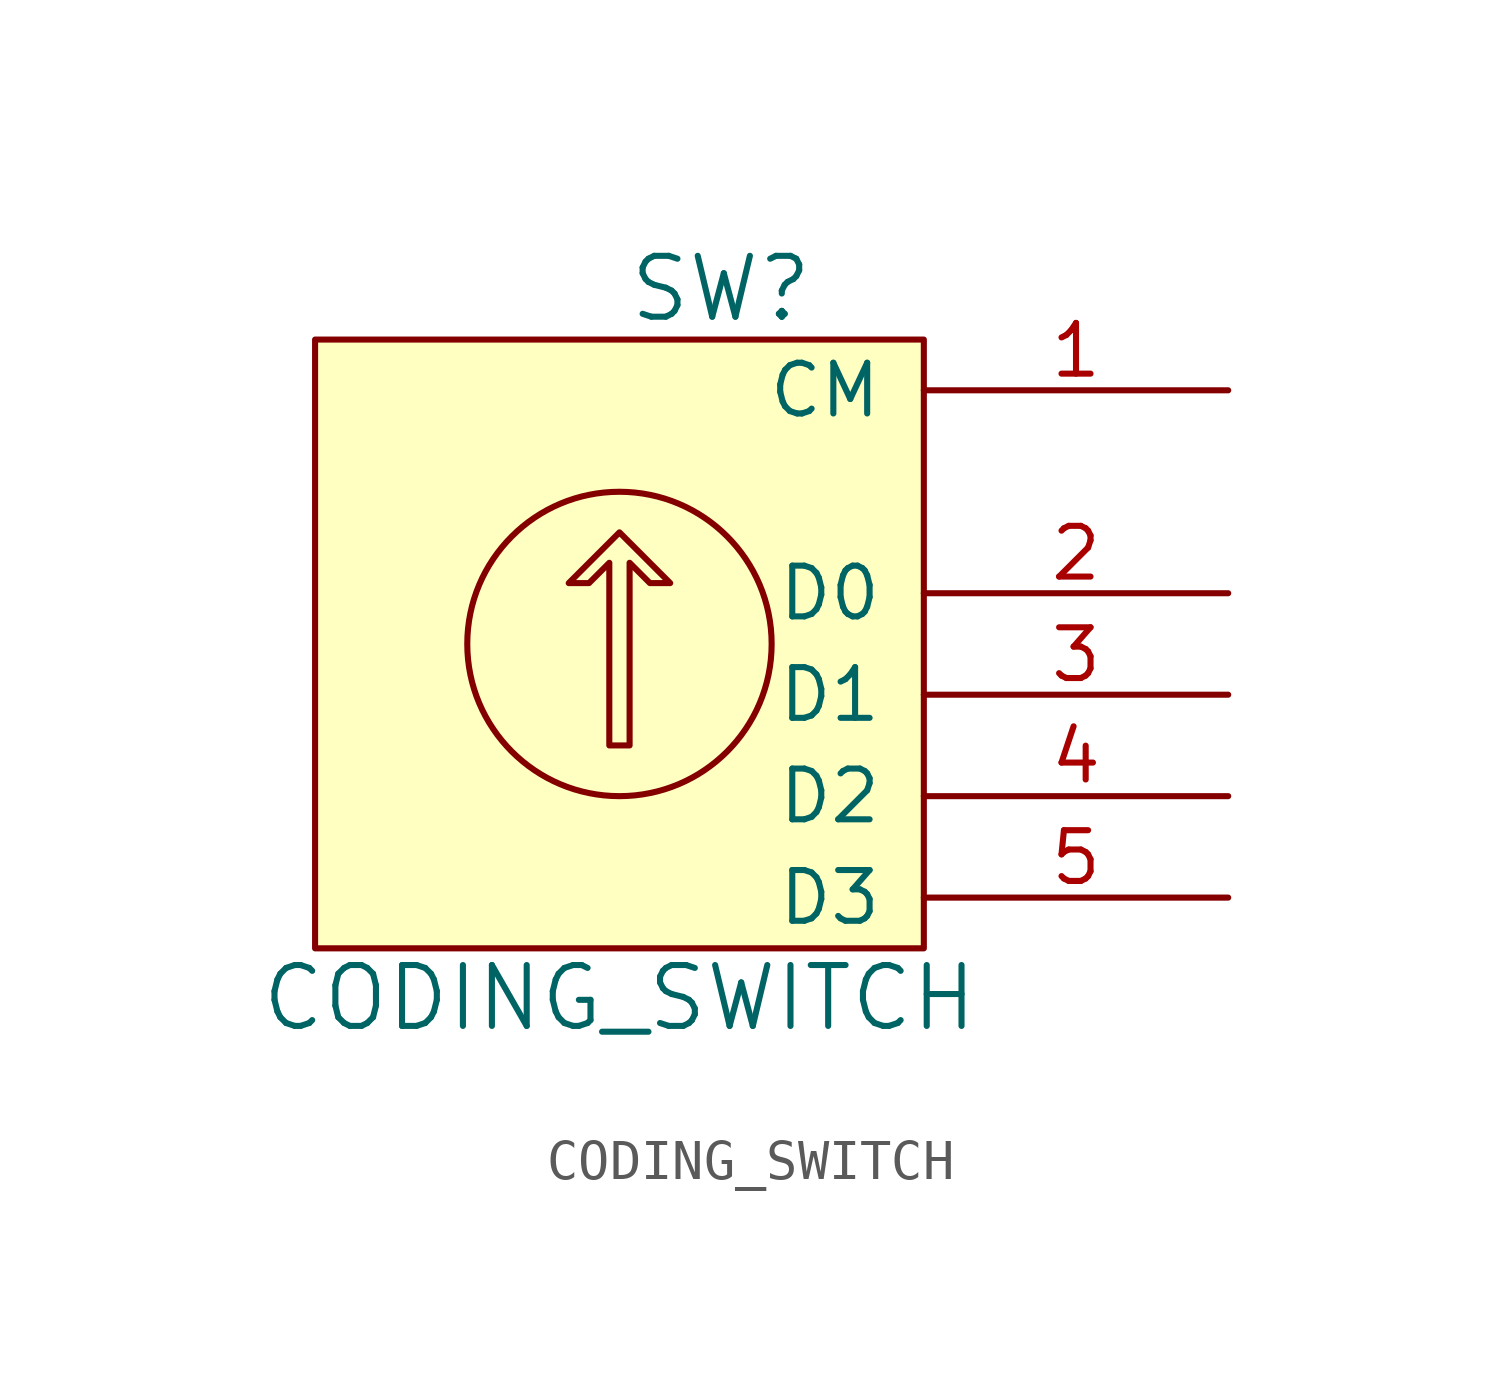
<source format=kicad_sym>
(kicad_symbol_lib
  (version 20220914)
  (generator kicad_symbol_editor)
  (symbol "CODING_SWITCH"
    (pin_names
      (offset 1.016))
    (property "Reference" "SW"
      (at 2.54 8.89 0)
      (effects (font (size 1.524 1.524))))
    (property "Value" "CODING_SWITCH"
      (at 0 -8.865 0)
      (effects (font (size 1.524 1.524))))
    (symbol "CODING_SWITCH_0_1"
      (polyline (pts (xy -0.254 -2.54) (xy -0.254 2.032) (xy -0.762 1.524) (xy -1.27 1.524) (xy 0 2.794) (xy 1.27 1.524) (xy 0.762 1.524) (xy 0.254 2.032) (xy 0.254 -2.54) (xy -0.254 -2.54) (xy -0.254 -2.54)) (stroke (width 0) (type solid)) (fill (type none)))
      (circle (center 0 0) (radius 3.81) (stroke (width 0) (type solid)) (fill (type none)))
      (rectangle (start 7.62 7.62) (end -7.62 -7.62) (stroke (width 0) (type solid)) (fill (type background))))
    (symbol "CODING_SWITCH_1_1"
      (pin passive line (at 15.24 6.35 180) (length 7.62) (name "CM" (effects (font (size 1.27 1.27)))) (number "1" (effects (font (size 1.27 1.27)))))
      (pin passive line (at 15.24 1.27 180) (length 7.62) (name "D0" (effects (font (size 1.27 1.27)))) (number "2" (effects (font (size 1.27 1.27)))))
      (pin passive line (at 15.24 -1.27 180) (length 7.62) (name "D1" (effects (font (size 1.27 1.27)))) (number "3" (effects (font (size 1.27 1.27)))))
      (pin passive line (at 15.24 -3.81 180) (length 7.62) (name "D2" (effects (font (size 1.27 1.27)))) (number "4" (effects (font (size 1.27 1.27)))))
      (pin passive line (at 15.24 -6.35 180) (length 7.62) (name "D3" (effects (font (size 1.27 1.27)))) (number "5" (effects (font (size 1.27 1.27))))))))
</source>
